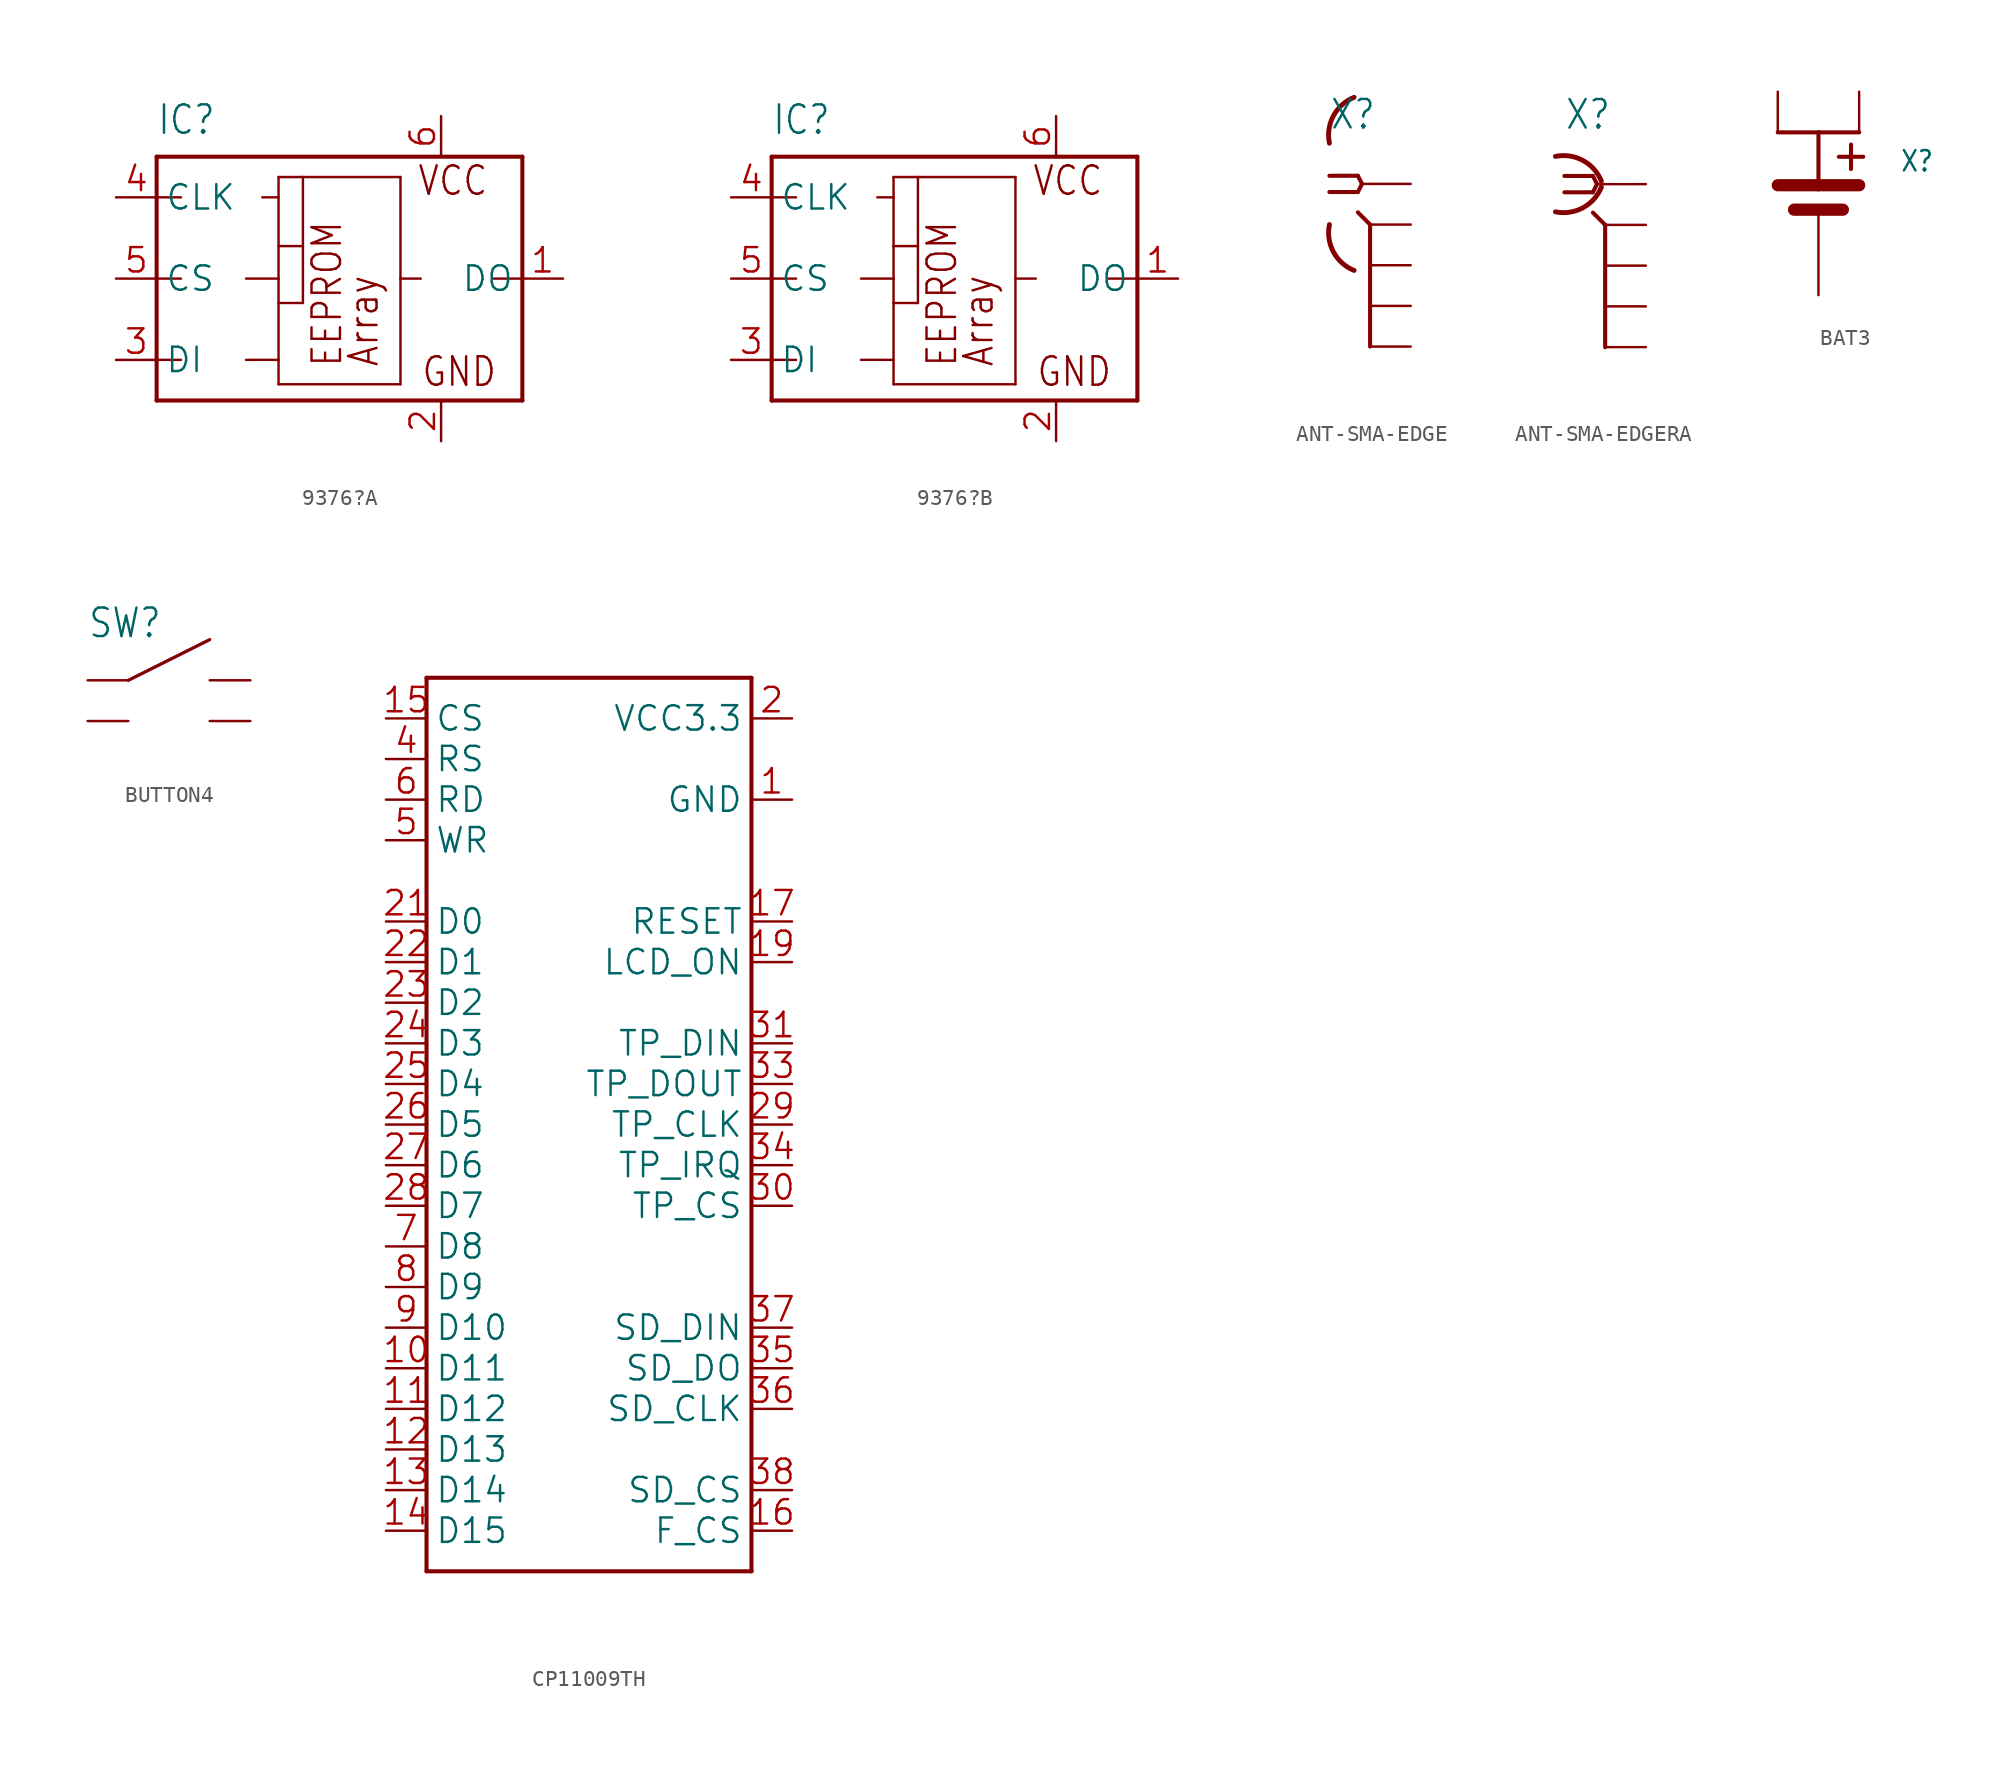
<source format=kicad_sym>
(kicad_symbol_lib
  (version 20241209)
  (generator "kicad_symbol_editor")
  (generator_version "9.0")
  (symbol "9376?A"
    (property "Reference" "IC"
      (at -10.16 8.89 0)
      (effects (font (size 1.778 1.511)) (justify left bottom)))
    (property "Value" ""
      (at -10.16 -10.16 0)
      (effects (font (size 1.778 1.511)) (justify left bottom)))
    (property "ki_locked" ""
      (at 0 0 0)
      (effects (font (size 1.27 1.27))))
    (symbol "9376?A_1_0"
      (polyline (pts (xy -10.16 7.62) (xy 12.7 7.62)) (stroke (width 0.254) (type solid)) (fill (type none)))
      (polyline (pts (xy -10.16 5.08) (xy -10.16 7.62)) (stroke (width 0.254) (type solid)) (fill (type none)))
      (polyline (pts (xy -10.16 5.08) (xy -8.636 5.08)) (stroke (width 0.152) (type solid)) (fill (type none)))
      (polyline (pts (xy -10.16 0) (xy -10.16 5.08)) (stroke (width 0.254) (type solid)) (fill (type none)))
      (polyline (pts (xy -10.16 0) (xy -8.636 0)) (stroke (width 0.152) (type solid)) (fill (type none)))
      (polyline (pts (xy -10.16 -5.08) (xy -10.16 0)) (stroke (width 0.254) (type solid)) (fill (type none)))
      (polyline (pts (xy -10.16 -5.08) (xy -8.636 -5.08)) (stroke (width 0.152) (type solid)) (fill (type none)))
      (polyline (pts (xy -10.16 -7.62) (xy -10.16 -5.08)) (stroke (width 0.254) (type solid)) (fill (type none)))
      (polyline (pts (xy -4.572 0) (xy -2.54 0)) (stroke (width 0.152) (type solid)) (fill (type none)))
      (polyline (pts (xy -4.572 -5.08) (xy -2.54 -5.08)) (stroke (width 0.152) (type solid)) (fill (type none)))
      (polyline (pts (xy -3.556 5.08) (xy -2.54 5.08)) (stroke (width 0.152) (type solid)) (fill (type none)))
      (polyline (pts (xy -2.54 6.35) (xy -1.016 6.35)) (stroke (width 0.152) (type solid)) (fill (type none)))
      (polyline (pts (xy -2.54 5.08) (xy -2.54 6.35)) (stroke (width 0.152) (type solid)) (fill (type none)))
      (polyline (pts (xy -2.54 2.032) (xy -2.54 5.08)) (stroke (width 0.152) (type solid)) (fill (type none)))
      (polyline (pts (xy -2.54 2.032) (xy -1.016 2.032)) (stroke (width 0.152) (type solid)) (fill (type none)))
      (polyline (pts (xy -2.54 0) (xy -2.54 2.032)) (stroke (width 0.152) (type solid)) (fill (type none)))
      (polyline (pts (xy -2.54 -1.524) (xy -2.54 0)) (stroke (width 0.152) (type solid)) (fill (type none)))
      (polyline (pts (xy -2.54 -1.524) (xy -1.016 -1.524)) (stroke (width 0.152) (type solid)) (fill (type none)))
      (polyline (pts (xy -2.54 -5.08) (xy -2.54 -1.524)) (stroke (width 0.152) (type solid)) (fill (type none)))
      (polyline (pts (xy -2.54 -6.604) (xy -2.54 -5.08)) (stroke (width 0.152) (type solid)) (fill (type none)))
      (polyline (pts (xy -1.016 6.35) (xy -1.016 2.032)) (stroke (width 0.152) (type solid)) (fill (type none)))
      (polyline (pts (xy -1.016 6.35) (xy 5.08 6.35)) (stroke (width 0.152) (type solid)) (fill (type none)))
      (polyline (pts (xy -1.016 2.032) (xy -1.016 -1.524)) (stroke (width 0.152) (type solid)) (fill (type none)))
      (polyline (pts (xy 5.08 6.35) (xy 5.08 0)) (stroke (width 0.152) (type solid)) (fill (type none)))
      (polyline (pts (xy 5.08 0) (xy 5.08 -6.604)) (stroke (width 0.152) (type solid)) (fill (type none)))
      (polyline (pts (xy 5.08 -6.604) (xy -2.54 -6.604)) (stroke (width 0.152) (type solid)) (fill (type none)))
      (polyline (pts (xy 6.35 0) (xy 5.08 0)) (stroke (width 0.152) (type solid)) (fill (type none)))
      (polyline (pts (xy 12.7 7.62) (xy 12.7 0)) (stroke (width 0.254) (type solid)) (fill (type none)))
      (polyline (pts (xy 12.7 0) (xy 10.922 0)) (stroke (width 0.152) (type solid)) (fill (type none)))
      (polyline (pts (xy 12.7 0) (xy 12.7 -7.62)) (stroke (width 0.254) (type solid)) (fill (type none)))
      (polyline (pts (xy 12.7 -7.62) (xy -10.16 -7.62)) (stroke (width 0.254) (type solid)) (fill (type none)))
      (text "EEPROM" (at 1.524 -5.588 900) (effects (font (size 1.778 1.511)) (justify left bottom)))
      (text "Array" (at 3.81 -5.588 900) (effects (font (size 1.778 1.511)) (justify left bottom)))
      (text "VCC" (at 6.096 5.08 0) (effects (font (size 1.778 1.511)) (justify left bottom)))
      (text "GND" (at 6.35 -6.858 0) (effects (font (size 1.778 1.511)) (justify left bottom)))
      (pin input line (at -12.7 5.08 0) (length 2.54) (name "CLK" (effects (font (size 1.524 1.524)))) (number "4" (effects (font (size 1.524 1.524)))))
      (pin input line (at -12.7 0 0) (length 2.54) (name "CS" (effects (font (size 1.524 1.524)))) (number "5" (effects (font (size 1.524 1.524)))))
      (pin input line (at -12.7 -5.08 0) (length 2.54) (name "DI" (effects (font (size 1.524 1.524)))) (number "3" (effects (font (size 1.524 1.524)))))
      (pin power_in line (at 7.62 10.16 270) (length 2.54) (name "VCC" (effects (font (size 0 0)))) (number "6" (effects (font (size 1.524 1.524)))))
      (pin power_in line (at 7.62 -10.16 90) (length 2.54) (name "GND" (effects (font (size 0 0)))) (number "2" (effects (font (size 1.524 1.524)))))
      (pin tri_state line (at 15.24 0 180) (length 2.54) (name "DO" (effects (font (size 1.524 1.524)))) (number "1" (effects (font (size 1.524 1.524)))))))
  (symbol "9376?B"
    (property "Reference" "IC"
      (at -10.16 8.89 0)
      (effects (font (size 1.778 1.511)) (justify left bottom)))
    (property "Value" ""
      (at -10.16 -10.16 0)
      (effects (font (size 1.778 1.511)) (justify left bottom)))
    (property "ki_locked" ""
      (at 0 0 0)
      (effects (font (size 1.27 1.27))))
    (symbol "9376?B_1_0"
      (polyline (pts (xy -10.16 7.62) (xy 12.7 7.62)) (stroke (width 0.254) (type solid)) (fill (type none)))
      (polyline (pts (xy -10.16 5.08) (xy -10.16 7.62)) (stroke (width 0.254) (type solid)) (fill (type none)))
      (polyline (pts (xy -10.16 5.08) (xy -8.636 5.08)) (stroke (width 0.152) (type solid)) (fill (type none)))
      (polyline (pts (xy -10.16 0) (xy -10.16 5.08)) (stroke (width 0.254) (type solid)) (fill (type none)))
      (polyline (pts (xy -10.16 0) (xy -8.636 0)) (stroke (width 0.152) (type solid)) (fill (type none)))
      (polyline (pts (xy -10.16 -5.08) (xy -10.16 0)) (stroke (width 0.254) (type solid)) (fill (type none)))
      (polyline (pts (xy -10.16 -5.08) (xy -8.636 -5.08)) (stroke (width 0.152) (type solid)) (fill (type none)))
      (polyline (pts (xy -10.16 -7.62) (xy -10.16 -5.08)) (stroke (width 0.254) (type solid)) (fill (type none)))
      (polyline (pts (xy -4.572 0) (xy -2.54 0)) (stroke (width 0.152) (type solid)) (fill (type none)))
      (polyline (pts (xy -4.572 -5.08) (xy -2.54 -5.08)) (stroke (width 0.152) (type solid)) (fill (type none)))
      (polyline (pts (xy -3.556 5.08) (xy -2.54 5.08)) (stroke (width 0.152) (type solid)) (fill (type none)))
      (polyline (pts (xy -2.54 6.35) (xy -1.016 6.35)) (stroke (width 0.152) (type solid)) (fill (type none)))
      (polyline (pts (xy -2.54 5.08) (xy -2.54 6.35)) (stroke (width 0.152) (type solid)) (fill (type none)))
      (polyline (pts (xy -2.54 2.032) (xy -2.54 5.08)) (stroke (width 0.152) (type solid)) (fill (type none)))
      (polyline (pts (xy -2.54 2.032) (xy -1.016 2.032)) (stroke (width 0.152) (type solid)) (fill (type none)))
      (polyline (pts (xy -2.54 0) (xy -2.54 2.032)) (stroke (width 0.152) (type solid)) (fill (type none)))
      (polyline (pts (xy -2.54 -1.524) (xy -2.54 0)) (stroke (width 0.152) (type solid)) (fill (type none)))
      (polyline (pts (xy -2.54 -1.524) (xy -1.016 -1.524)) (stroke (width 0.152) (type solid)) (fill (type none)))
      (polyline (pts (xy -2.54 -5.08) (xy -2.54 -1.524)) (stroke (width 0.152) (type solid)) (fill (type none)))
      (polyline (pts (xy -2.54 -6.604) (xy -2.54 -5.08)) (stroke (width 0.152) (type solid)) (fill (type none)))
      (polyline (pts (xy -1.016 6.35) (xy -1.016 2.032)) (stroke (width 0.152) (type solid)) (fill (type none)))
      (polyline (pts (xy -1.016 6.35) (xy 5.08 6.35)) (stroke (width 0.152) (type solid)) (fill (type none)))
      (polyline (pts (xy -1.016 2.032) (xy -1.016 -1.524)) (stroke (width 0.152) (type solid)) (fill (type none)))
      (polyline (pts (xy 5.08 6.35) (xy 5.08 0)) (stroke (width 0.152) (type solid)) (fill (type none)))
      (polyline (pts (xy 5.08 0) (xy 5.08 -6.604)) (stroke (width 0.152) (type solid)) (fill (type none)))
      (polyline (pts (xy 5.08 -6.604) (xy -2.54 -6.604)) (stroke (width 0.152) (type solid)) (fill (type none)))
      (polyline (pts (xy 6.35 0) (xy 5.08 0)) (stroke (width 0.152) (type solid)) (fill (type none)))
      (polyline (pts (xy 12.7 7.62) (xy 12.7 0)) (stroke (width 0.254) (type solid)) (fill (type none)))
      (polyline (pts (xy 12.7 0) (xy 10.922 0)) (stroke (width 0.152) (type solid)) (fill (type none)))
      (polyline (pts (xy 12.7 0) (xy 12.7 -7.62)) (stroke (width 0.254) (type solid)) (fill (type none)))
      (polyline (pts (xy 12.7 -7.62) (xy -10.16 -7.62)) (stroke (width 0.254) (type solid)) (fill (type none)))
      (text "EEPROM" (at 1.524 -5.588 900) (effects (font (size 1.778 1.511)) (justify left bottom)))
      (text "Array" (at 3.81 -5.588 900) (effects (font (size 1.778 1.511)) (justify left bottom)))
      (text "VCC" (at 6.096 5.08 0) (effects (font (size 1.778 1.511)) (justify left bottom)))
      (text "GND" (at 6.35 -6.858 0) (effects (font (size 1.778 1.511)) (justify left bottom)))
      (pin input line (at -12.7 5.08 0) (length 2.54) (name "CLK" (effects (font (size 1.524 1.524)))) (number "4" (effects (font (size 1.524 1.524)))))
      (pin input line (at -12.7 0 0) (length 2.54) (name "CS" (effects (font (size 1.524 1.524)))) (number "5" (effects (font (size 1.524 1.524)))))
      (pin input line (at -12.7 -5.08 0) (length 2.54) (name "DI" (effects (font (size 1.524 1.524)))) (number "3" (effects (font (size 1.524 1.524)))))
      (pin power_in line (at 7.62 10.16 270) (length 2.54) (name "VCC" (effects (font (size 0 0)))) (number "6" (effects (font (size 1.524 1.524)))))
      (pin power_in line (at 7.62 -10.16 90) (length 2.54) (name "GND" (effects (font (size 0 0)))) (number "2" (effects (font (size 1.524 1.524)))))
      (pin tri_state line (at 15.24 0 180) (length 2.54) (name "DO" (effects (font (size 1.524 1.524)))) (number "1" (effects (font (size 1.524 1.524)))))))
  (symbol "ANT-SMA-EDGE"
    (property "Reference" "X"
      (at -2.54 3.302 0)
      (effects (font (size 1.778 1.511)) (justify left bottom)))
    (property "Value" ""
      (at -2.54 -12.7 0)
      (effects (font (size 1.778 1.511)) (justify left bottom)))
    (property "ki_locked" ""
      (at 0 0 0)
      (effects (font (size 1.27 1.27))))
    (symbol "ANT-SMA-EDGE_1_0"
      (polyline (pts (xy -2.54 0.508) (xy -0.762 0.508)) (stroke (width 0.254) (type solid)) (fill (type none)))
      (polyline (pts (xy -0.762 0.508) (xy -0.508 0)) (stroke (width 0.254) (type solid)) (fill (type none)))
      (polyline (pts (xy -0.762 -0.508) (xy -2.54 -0.508)) (stroke (width 0.254) (type solid)) (fill (type none)))
      (polyline (pts (xy -0.508 0) (xy -0.762 -0.508)) (stroke (width 0.254) (type solid)) (fill (type none)))
      (arc (start -0.9993 -5.4049) (mid -2.2883 -4.2514) (end -2.54 -2.54) (stroke (width 0.3048) (type solid)) (fill (type none)))
      (arc (start -2.54 2.54) (mid -2.2883 4.2513) (end -0.9993 5.4049) (stroke (width 0.3048) (type solid)) (fill (type none)))
      (polyline (pts (xy 0 0) (xy -0.508 0)) (stroke (width 0.152) (type solid)) (fill (type none)))
      (polyline (pts (xy 0 -2.54) (xy -0.762 -1.778)) (stroke (width 0.254) (type solid)) (fill (type none)))
      (polyline (pts (xy 0 -10.16) (xy 0 -2.54)) (stroke (width 0.254) (type solid)) (fill (type none)))
      (pin passive line (at 2.54 0 180) (length 2.54) (name "1" (effects (font (size 0 0)))) (number "C" (effects (font (size 0 0)))))
      (pin power_in line (at 2.54 -2.54 180) (length 2.54) (name "GND" (effects (font (size 0 0)))) (number "GND1" (effects (font (size 0 0)))))
      (pin power_in line (at 2.54 -5.08 180) (length 2.54) (name "GND1" (effects (font (size 0 0)))) (number "GND2" (effects (font (size 0 0)))))
      (pin power_in line (at 2.54 -7.62 180) (length 2.54) (name "GND2" (effects (font (size 0 0)))) (number "GND3" (effects (font (size 0 0)))))
      (pin power_in line (at 2.54 -10.16 180) (length 2.54) (name "GND3" (effects (font (size 0 0)))) (number "GND4" (effects (font (size 0 0)))))))
  (symbol "ANT-SMA-EDGERA"
    (property "Reference" "X"
      (at -2.54 3.302 0)
      (effects (font (size 1.778 1.511)) (justify left bottom)))
    (property "Value" ""
      (at -2.54 -12.7 0)
      (effects (font (size 1.778 1.511)) (justify left bottom)))
    (property "ki_locked" ""
      (at 0 0 0)
      (effects (font (size 1.27 1.27))))
    (symbol "ANT-SMA-EDGERA_1_0"
      (arc (start -0.2341 -0.1863) (mid -1.3876 -1.4753) (end -3.099 -1.727) (stroke (width 0.3048) (type solid)) (fill (type none)))
      (arc (start -3.099 1.727) (mid -1.3877 1.4753) (end -0.2341 0.1863) (stroke (width 0.3048) (type solid)) (fill (type none)))
      (polyline (pts (xy -2.54 0.508) (xy -0.762 0.508)) (stroke (width 0.254) (type solid)) (fill (type none)))
      (polyline (pts (xy -0.762 0.508) (xy -0.508 0)) (stroke (width 0.254) (type solid)) (fill (type none)))
      (polyline (pts (xy -0.762 -0.508) (xy -2.54 -0.508)) (stroke (width 0.254) (type solid)) (fill (type none)))
      (polyline (pts (xy -0.508 0) (xy -0.762 -0.508)) (stroke (width 0.254) (type solid)) (fill (type none)))
      (polyline (pts (xy 0 0) (xy -0.508 0)) (stroke (width 0.152) (type solid)) (fill (type none)))
      (polyline (pts (xy 0 -2.54) (xy -0.762 -1.778)) (stroke (width 0.254) (type solid)) (fill (type none)))
      (polyline (pts (xy 0 -10.16) (xy 0 -2.54)) (stroke (width 0.254) (type solid)) (fill (type none)))
      (pin passive line (at 2.54 0 180) (length 2.54) (name "1" (effects (font (size 0 0)))) (number "C" (effects (font (size 0 0)))))
      (pin power_in line (at 2.54 -2.54 180) (length 2.54) (name "GND" (effects (font (size 0 0)))) (number "GND1" (effects (font (size 0 0)))))
      (pin power_in line (at 2.54 -5.08 180) (length 2.54) (name "GND1" (effects (font (size 0 0)))) (number "GND2" (effects (font (size 0 0)))))
      (pin power_in line (at 2.54 -7.62 180) (length 2.54) (name "GND2" (effects (font (size 0 0)))) (number "GND3" (effects (font (size 0 0)))))
      (pin power_in line (at 2.54 -10.16 180) (length 2.54) (name "GND3" (effects (font (size 0 0)))) (number "GND4" (effects (font (size 0 0)))))))
  (symbol "BAT3"
    (property "Reference" "X"
      (at 5.08 2.54 0)
      (effects (font (size 1.27 1.079)) (justify left bottom)))
    (property "Value" ""
      (at 5.08 0 0)
      (effects (font (size 1.27 1.079)) (justify left bottom)))
    (property "ki_locked" ""
      (at 0 0 0)
      (effects (font (size 1.27 1.27))))
    (symbol "BAT3_1_0"
      (polyline (pts (xy -2.54 1.778) (xy 0 1.778)) (stroke (width 0.762) (type solid)) (fill (type none)))
      (polyline (pts (xy -1.524 0.254) (xy 1.524 0.254)) (stroke (width 0.762) (type solid)) (fill (type none)))
      (polyline (pts (xy 0 5.08) (xy -2.54 5.08)) (stroke (width 0.254) (type solid)) (fill (type none)))
      (polyline (pts (xy 0 5.08) (xy 2.54 5.08)) (stroke (width 0.254) (type solid)) (fill (type none)))
      (polyline (pts (xy 0 1.778) (xy 0 5.08)) (stroke (width 0.254) (type solid)) (fill (type none)))
      (polyline (pts (xy 0 1.778) (xy 2.54 1.778)) (stroke (width 0.762) (type solid)) (fill (type none)))
      (polyline (pts (xy 1.27 3.556) (xy 2.794 3.556)) (stroke (width 0.254) (type solid)) (fill (type none)))
      (polyline (pts (xy 2.032 2.794) (xy 2.032 4.318)) (stroke (width 0.254) (type solid)) (fill (type none)))
      (pin bidirectional line (at -2.54 7.62 270) (length 2.54) (name "POS1" (effects (font (size 0 0)))) (number "POS1" (effects (font (size 0 0)))))
      (pin bidirectional line (at 0 -5.08 90) (length 5.08) (name "GND" (effects (font (size 0 0)))) (number "GND" (effects (font (size 0 0)))))
      (pin bidirectional line (at 2.54 7.62 270) (length 2.54) (name "POS2" (effects (font (size 0 0)))) (number "POS2" (effects (font (size 0 0)))))))
  (symbol "BUTTON4"
    (property "Reference" "SW"
      (at -5.08 2.54 0)
      (effects (font (size 1.778 1.511)) (justify left bottom)))
    (property "Value" ""
      (at -5.08 -5.08 0)
      (effects (font (size 1.778 1.511)) (justify left bottom)))
    (property "ki_locked" ""
      (at 0 0 0)
      (effects (font (size 1.27 1.27))))
    (symbol "BUTTON4_1_0"
      (polyline (pts (xy -2.54 0) (xy 2.54 2.54)) (stroke (width 0.203) (type solid)) (fill (type none)))
      (pin bidirectional line (at -5.08 0 0) (length 2.54) (name "1" (effects (font (size 0 0)))) (number "1" (effects (font (size 0 0)))))
      (pin bidirectional line (at -5.08 -2.54 0) (length 2.54) (name "2" (effects (font (size 0 0)))) (number "2" (effects (font (size 0 0)))))
      (pin bidirectional line (at 5.08 0 180) (length 2.54) (name "3" (effects (font (size 0 0)))) (number "3" (effects (font (size 0 0)))))
      (pin bidirectional line (at 5.08 -2.54 180) (length 2.54) (name "4" (effects (font (size 0 0)))) (number "4" (effects (font (size 0 0)))))))
  (symbol "CP11009TH"
    (property "Reference" "IC"
      (at -9.906 28.448 0)
      (effects (font (size 1.778 1.511)) (justify left bottom) (hide yes)))
    (property "ki_locked" ""
      (at 0 0 0)
      (effects (font (size 1.27 1.27))))
    (symbol "CP11009TH_1_0"
      (polyline (pts (xy -10.16 27.94) (xy 10.16 27.94)) (stroke (width 0.254) (type solid)) (fill (type none)))
      (polyline (pts (xy -10.16 -27.94) (xy -10.16 27.94)) (stroke (width 0.254) (type solid)) (fill (type none)))
      (polyline (pts (xy 10.16 27.94) (xy 10.16 -27.94)) (stroke (width 0.254) (type solid)) (fill (type none)))
      (polyline (pts (xy 10.16 -27.94) (xy -10.16 -27.94)) (stroke (width 0.254) (type solid)) (fill (type none)))
      (pin bidirectional line (at -12.7 25.4 0) (length 2.54) (name "CS" (effects (font (size 1.524 1.524)))) (number "15" (effects (font (size 1.524 1.524)))))
      (pin bidirectional line (at -12.7 22.86 0) (length 2.54) (name "RS" (effects (font (size 1.524 1.524)))) (number "4" (effects (font (size 1.524 1.524)))))
      (pin bidirectional line (at -12.7 20.32 0) (length 2.54) (name "RD" (effects (font (size 1.524 1.524)))) (number "6" (effects (font (size 1.524 1.524)))))
      (pin bidirectional line (at -12.7 17.78 0) (length 2.54) (name "WR" (effects (font (size 1.524 1.524)))) (number "5" (effects (font (size 1.524 1.524)))))
      (pin bidirectional line (at -12.7 12.7 0) (length 2.54) (name "D0" (effects (font (size 1.524 1.524)))) (number "21" (effects (font (size 1.524 1.524)))))
      (pin bidirectional line (at -12.7 10.16 0) (length 2.54) (name "D1" (effects (font (size 1.524 1.524)))) (number "22" (effects (font (size 1.524 1.524)))))
      (pin bidirectional line (at -12.7 7.62 0) (length 2.54) (name "D2" (effects (font (size 1.524 1.524)))) (number "23" (effects (font (size 1.524 1.524)))))
      (pin bidirectional line (at -12.7 5.08 0) (length 2.54) (name "D3" (effects (font (size 1.524 1.524)))) (number "24" (effects (font (size 1.524 1.524)))))
      (pin bidirectional line (at -12.7 2.54 0) (length 2.54) (name "D4" (effects (font (size 1.524 1.524)))) (number "25" (effects (font (size 1.524 1.524)))))
      (pin bidirectional line (at -12.7 0 0) (length 2.54) (name "D5" (effects (font (size 1.524 1.524)))) (number "26" (effects (font (size 1.524 1.524)))))
      (pin bidirectional line (at -12.7 -2.54 0) (length 2.54) (name "D6" (effects (font (size 1.524 1.524)))) (number "27" (effects (font (size 1.524 1.524)))))
      (pin bidirectional line (at -12.7 -5.08 0) (length 2.54) (name "D7" (effects (font (size 1.524 1.524)))) (number "28" (effects (font (size 1.524 1.524)))))
      (pin bidirectional line (at -12.7 -7.62 0) (length 2.54) (name "D8" (effects (font (size 1.524 1.524)))) (number "7" (effects (font (size 1.524 1.524)))))
      (pin bidirectional line (at -12.7 -10.16 0) (length 2.54) (name "D9" (effects (font (size 1.524 1.524)))) (number "8" (effects (font (size 1.524 1.524)))))
      (pin bidirectional line (at -12.7 -12.7 0) (length 2.54) (name "D10" (effects (font (size 1.524 1.524)))) (number "9" (effects (font (size 1.524 1.524)))))
      (pin bidirectional line (at -12.7 -15.24 0) (length 2.54) (name "D11" (effects (font (size 1.524 1.524)))) (number "10" (effects (font (size 1.524 1.524)))))
      (pin bidirectional line (at -12.7 -17.78 0) (length 2.54) (name "D12" (effects (font (size 1.524 1.524)))) (number "11" (effects (font (size 1.524 1.524)))))
      (pin bidirectional line (at -12.7 -20.32 0) (length 2.54) (name "D13" (effects (font (size 1.524 1.524)))) (number "12" (effects (font (size 1.524 1.524)))))
      (pin bidirectional line (at -12.7 -22.86 0) (length 2.54) (name "D14" (effects (font (size 1.524 1.524)))) (number "13" (effects (font (size 1.524 1.524)))))
      (pin bidirectional line (at -12.7 -25.4 0) (length 2.54) (name "D15" (effects (font (size 1.524 1.524)))) (number "14" (effects (font (size 1.524 1.524)))))
      (pin power_in line (at 12.7 25.4 180) (length 2.54) (name "VCC3.3" (effects (font (size 1.524 1.524)))) (number "2" (effects (font (size 1.524 1.524)))))
      (pin power_in line (at 12.7 20.32 180) (length 2.54) (name "GND" (effects (font (size 1.524 1.524)))) (number "1" (effects (font (size 1.524 1.524)))))
      (pin bidirectional line (at 12.7 12.7 180) (length 2.54) (name "RESET" (effects (font (size 1.524 1.524)))) (number "17" (effects (font (size 1.524 1.524)))))
      (pin bidirectional line (at 12.7 10.16 180) (length 2.54) (name "LCD_ON" (effects (font (size 1.524 1.524)))) (number "19" (effects (font (size 1.524 1.524)))))
      (pin bidirectional line (at 12.7 5.08 180) (length 2.54) (name "TP_DIN" (effects (font (size 1.524 1.524)))) (number "31" (effects (font (size 1.524 1.524)))))
      (pin bidirectional line (at 12.7 2.54 180) (length 2.54) (name "TP_DOUT" (effects (font (size 1.524 1.524)))) (number "33" (effects (font (size 1.524 1.524)))))
      (pin bidirectional line (at 12.7 0 180) (length 2.54) (name "TP_CLK" (effects (font (size 1.524 1.524)))) (number "29" (effects (font (size 1.524 1.524)))))
      (pin bidirectional line (at 12.7 -2.54 180) (length 2.54) (name "TP_IRQ" (effects (font (size 1.524 1.524)))) (number "34" (effects (font (size 1.524 1.524)))))
      (pin bidirectional line (at 12.7 -5.08 180) (length 2.54) (name "TP_CS" (effects (font (size 1.524 1.524)))) (number "30" (effects (font (size 1.524 1.524)))))
      (pin bidirectional line (at 12.7 -12.7 180) (length 2.54) (name "SD_DIN" (effects (font (size 1.524 1.524)))) (number "37" (effects (font (size 1.524 1.524)))))
      (pin bidirectional line (at 12.7 -15.24 180) (length 2.54) (name "SD_DO" (effects (font (size 1.524 1.524)))) (number "35" (effects (font (size 1.524 1.524)))))
      (pin bidirectional line (at 12.7 -17.78 180) (length 2.54) (name "SD_CLK" (effects (font (size 1.524 1.524)))) (number "36" (effects (font (size 1.524 1.524)))))
      (pin bidirectional line (at 12.7 -22.86 180) (length 2.54) (name "SD_CS" (effects (font (size 1.524 1.524)))) (number "38" (effects (font (size 1.524 1.524)))))
      (pin bidirectional line (at 12.7 -25.4 180) (length 2.54) (name "F_CS" (effects (font (size 1.524 1.524)))) (number "16" (effects (font (size 1.524 1.524))))))))
</source>
